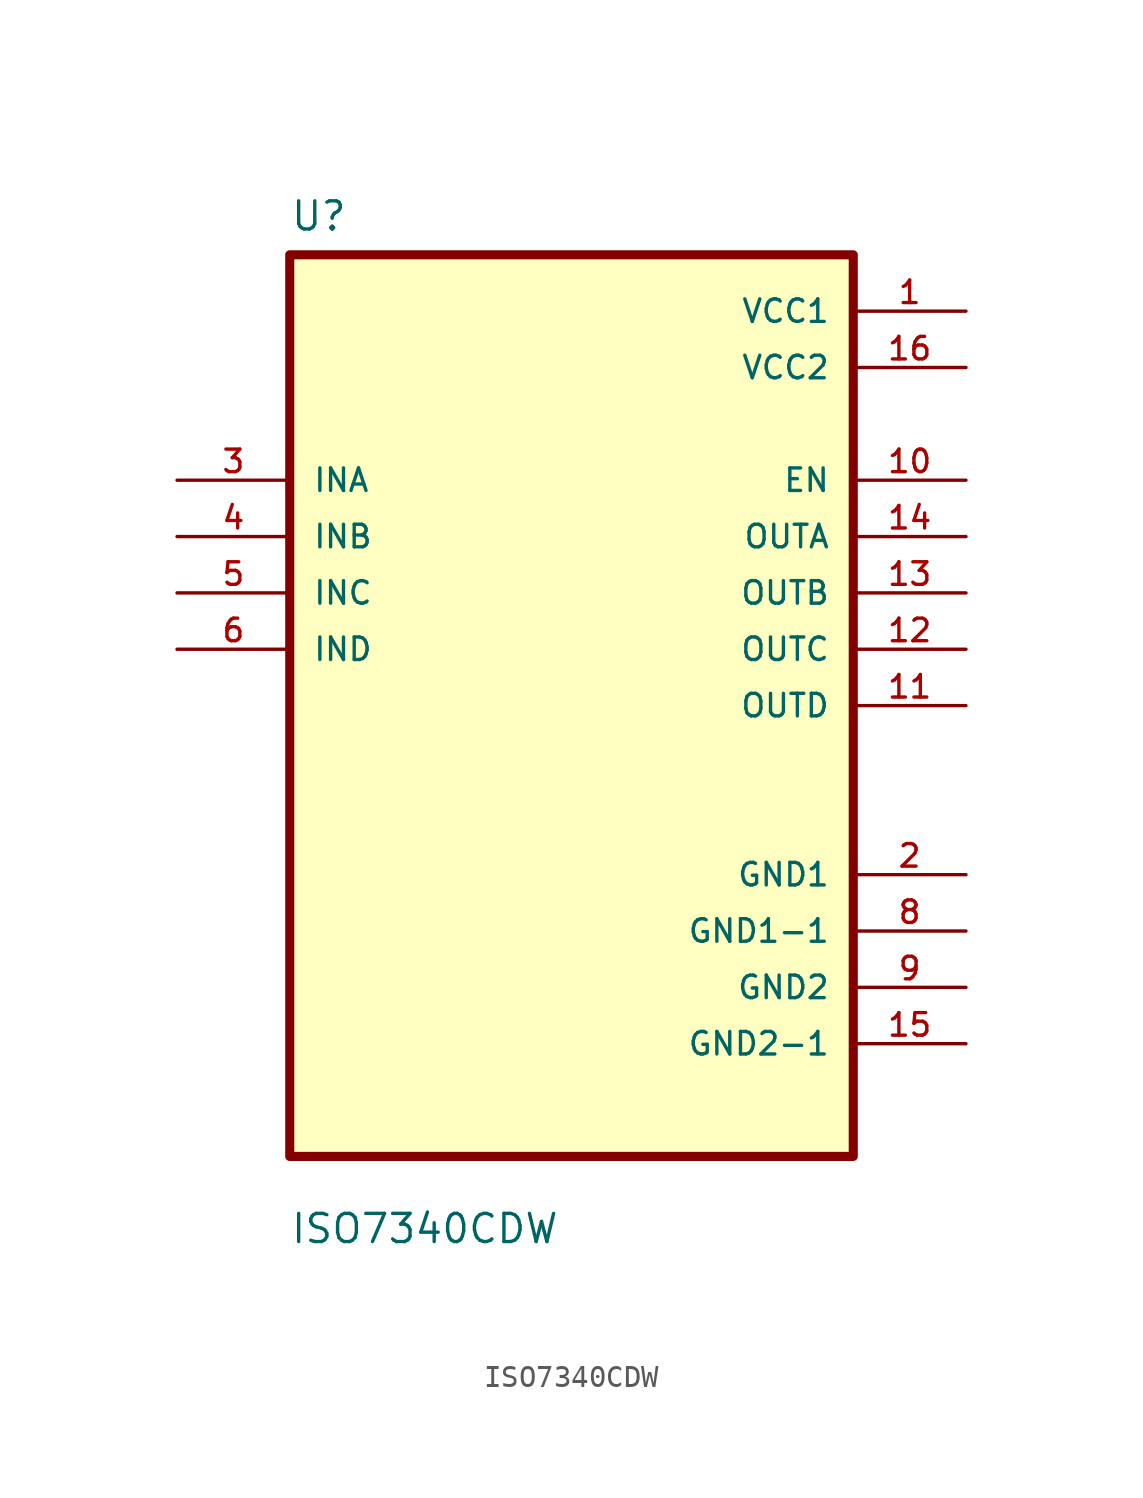
<source format=kicad_sym>
(kicad_symbol_lib
  (version 20211014)
  (generator kicad_symbol_editor)
  (symbol "ISO7340CDW"
    (pin_names
      (offset 1.016))
    (property "Reference" "U"
      (at -12.7 21.32 0.0)
      (effects (font (size 1.27 1.27)) (justify bottom left)))
    (property "Value" "ISO7340CDW"
      (at -12.7 -24.32 0.0)
      (effects (font (size 1.27 1.27)) (justify bottom left)))
    (symbol "ISO7340CDW_0_0"
      (rectangle (start -12.7 -20.32) (end 12.7 20.32) (stroke (width 0.41)) (fill (type background)))
      (pin input line (at -17.78 10.16 0) (length 5.08) (name "INA" (effects (font (size 1.016 1.016)))) (number "3" (effects (font (size 1.016 1.016)))))
      (pin input line (at -17.78 7.62 0) (length 5.08) (name "INB" (effects (font (size 1.016 1.016)))) (number "4" (effects (font (size 1.016 1.016)))))
      (pin input line (at -17.78 5.08 0) (length 5.08) (name "INC" (effects (font (size 1.016 1.016)))) (number "5" (effects (font (size 1.016 1.016)))))
      (pin input line (at -17.78 2.54 0) (length 5.08) (name "IND" (effects (font (size 1.016 1.016)))) (number "6" (effects (font (size 1.016 1.016)))))
      (pin power_in line (at 17.78 17.78 180.0) (length 5.08) (name "VCC1" (effects (font (size 1.016 1.016)))) (number "1" (effects (font (size 1.016 1.016)))))
      (pin power_in line (at 17.78 15.24 180.0) (length 5.08) (name "VCC2" (effects (font (size 1.016 1.016)))) (number "16" (effects (font (size 1.016 1.016)))))
      (pin output line (at 17.78 10.16 180.0) (length 5.08) (name "EN" (effects (font (size 1.016 1.016)))) (number "10" (effects (font (size 1.016 1.016)))))
      (pin output line (at 17.78 7.62 180.0) (length 5.08) (name "OUTA" (effects (font (size 1.016 1.016)))) (number "14" (effects (font (size 1.016 1.016)))))
      (pin output line (at 17.78 5.08 180.0) (length 5.08) (name "OUTB" (effects (font (size 1.016 1.016)))) (number "13" (effects (font (size 1.016 1.016)))))
      (pin output line (at 17.78 2.54 180.0) (length 5.08) (name "OUTC" (effects (font (size 1.016 1.016)))) (number "12" (effects (font (size 1.016 1.016)))))
      (pin output line (at 17.78 1.77636e-15 180.0) (length 5.08) (name "OUTD" (effects (font (size 1.016 1.016)))) (number "11" (effects (font (size 1.016 1.016)))))
      (pin power_in line (at 17.78 -7.62 180.0) (length 5.08) (name "GND1" (effects (font (size 1.016 1.016)))) (number "2" (effects (font (size 1.016 1.016)))))
      (pin power_in line (at 17.78 -10.16 180.0) (length 5.08) (name "GND1-1" (effects (font (size 1.016 1.016)))) (number "8" (effects (font (size 1.016 1.016)))))
      (pin power_in line (at 17.78 -12.7 180.0) (length 5.08) (name "GND2" (effects (font (size 1.016 1.016)))) (number "9" (effects (font (size 1.016 1.016)))))
      (pin power_in line (at 17.78 -15.24 180.0) (length 5.08) (name "GND2-1" (effects (font (size 1.016 1.016)))) (number "15" (effects (font (size 1.016 1.016))))))))
</source>
